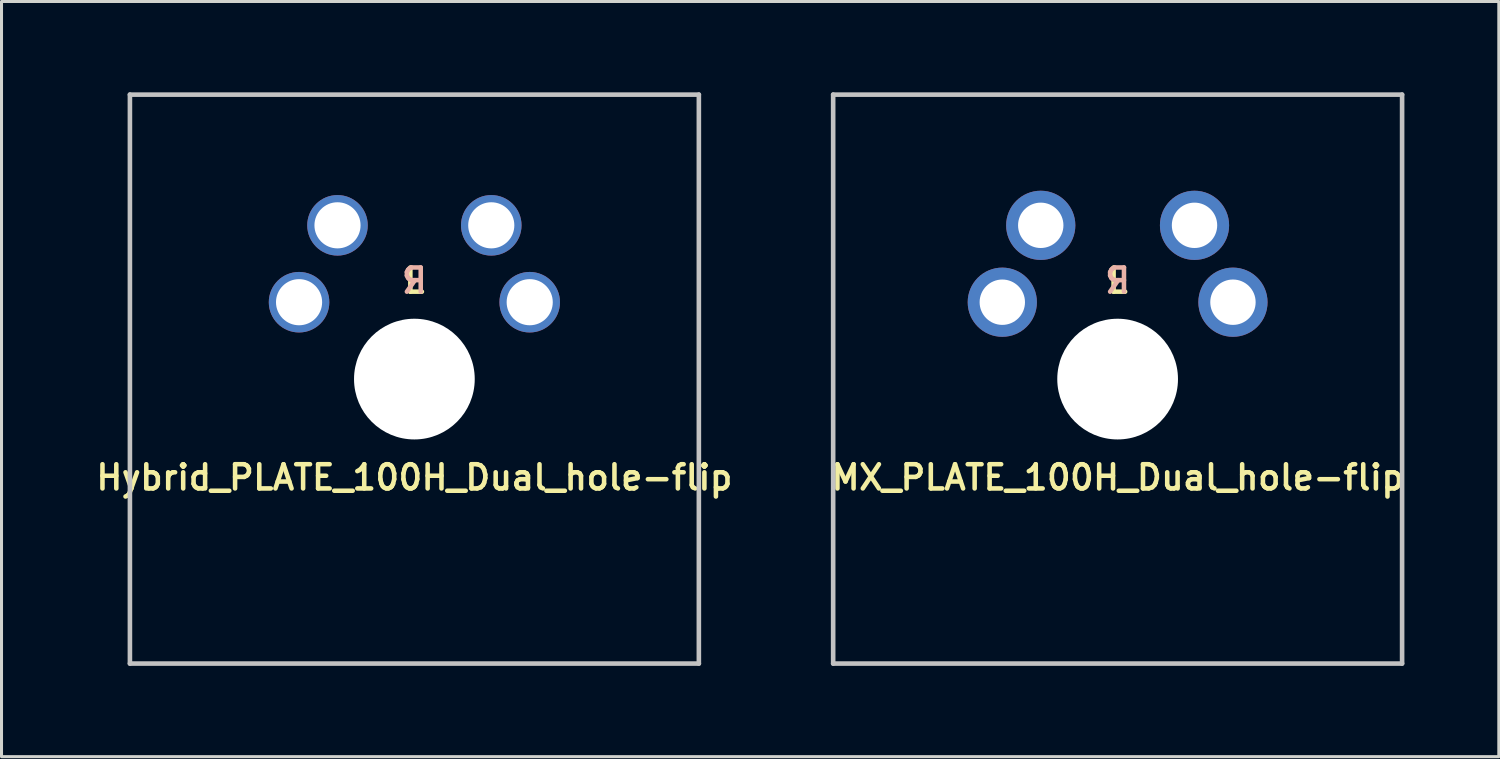
<source format=kicad_pcb>
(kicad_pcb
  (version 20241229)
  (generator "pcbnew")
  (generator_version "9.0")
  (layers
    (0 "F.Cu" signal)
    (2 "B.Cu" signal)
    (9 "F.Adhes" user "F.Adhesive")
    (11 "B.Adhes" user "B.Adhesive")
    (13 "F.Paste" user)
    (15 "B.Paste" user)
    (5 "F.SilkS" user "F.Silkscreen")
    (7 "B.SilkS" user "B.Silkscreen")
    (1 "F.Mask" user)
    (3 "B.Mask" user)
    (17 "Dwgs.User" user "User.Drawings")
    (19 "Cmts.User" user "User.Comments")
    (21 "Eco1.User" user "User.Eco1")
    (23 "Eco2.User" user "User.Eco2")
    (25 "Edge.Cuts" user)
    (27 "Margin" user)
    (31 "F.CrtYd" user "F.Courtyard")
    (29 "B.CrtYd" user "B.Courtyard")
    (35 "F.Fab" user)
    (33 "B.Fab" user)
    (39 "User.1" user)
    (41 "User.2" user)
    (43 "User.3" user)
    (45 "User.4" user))
  (footprint "MX_PLATE_100H_Dual_hole-flip"
    (layer "F.Cu")
    (at 33.873 9.474)
    (property "Reference" "MX_PLATE_100H_Dual_hole-flip" (at 0 3.25 0) (layer "F.SilkS") (effects (font (size 0.8 0.8) (thickness 0.15))))
    (attr through_hole)
    (fp_line (start -9.398 -9.398) (end 9.398 -9.398) (stroke (width 0.152) (type solid)) (layer "Dwgs.User"))
    (fp_line (start -9.398 9.398) (end -9.398 -9.398) (stroke (width 0.152) (type solid)) (layer "Dwgs.User"))
    (fp_line (start 9.398 -9.398) (end 9.398 9.398) (stroke (width 0.152) (type solid)) (layer "Dwgs.User"))
    (fp_line (start 9.398 9.398) (end -9.398 9.398) (stroke (width 0.152) (type solid)) (layer "Dwgs.User"))
    (fp_line (start -6.985 -6.985) (end 6.985 -6.985) (stroke (width 0.152) (type solid)) (layer "Eco2.User"))
    (fp_line (start -6.985 6.985) (end -6.985 -6.985) (stroke (width 0.152) (type solid)) (layer "Eco2.User"))
    (fp_line (start 6.985 -6.985) (end 6.985 6.985) (stroke (width 0.152) (type solid)) (layer "Eco2.User"))
    (fp_line (start 6.985 6.985) (end -6.985 6.985) (stroke (width 0.152) (type solid)) (layer "Eco2.User"))
    (fp_text user "L" (at 0 -3.25 0) (layer "F.SilkS") (effects (font (size 0.8 0.8) (thickness 0.15))))
    (fp_text user "R" (at 0 -3.25 0) (layer "B.SilkS") (effects (font (size 0.8 0.8) (thickness 0.15)) (justify mirror)))
    (pad "" np_thru_hole circle (at 0 0) (size 3.988 3.988) (drill 3.988) (layers "*.Cu" "*.Mask"))
    (pad "1" thru_hole circle (at 2.54 -5.08 331) (size 2.286 2.286) (drill 1.499) (layers "*.Cu" "*.Mask"))
    (pad "1" thru_hole circle (at 3.81 -2.54 331) (size 2.286 2.286) (drill 1.499) (layers "*.Cu" "*.Mask"))
    (pad "2" thru_hole circle (at -3.81 -2.54 331) (size 2.286 2.286) (drill 1.499) (layers "*.Cu" "*.Mask"))
    (pad "2" thru_hole circle (at -2.54 -5.08 331) (size 2.286 2.286) (drill 1.499) (layers "*.Cu" "*.Mask")))
  (footprint "Hybrid_PLATE_100H_Dual_hole-flip"
    (layer "F.Cu")
    (at 10.64 9.474)
    (property "Reference" "Hybrid_PLATE_100H_Dual_hole-flip" (at 0 3.25 0) (layer "F.SilkS") (effects (font (size 0.8 0.8) (thickness 0.15))))
    (attr through_hole)
    (fp_line (start -9.398 -9.398) (end 9.398 -9.398) (stroke (width 0.152) (type solid)) (layer "Dwgs.User"))
    (fp_line (start -9.398 9.398) (end -9.398 -9.398) (stroke (width 0.152) (type solid)) (layer "Dwgs.User"))
    (fp_line (start 9.398 -9.398) (end 9.398 9.398) (stroke (width 0.152) (type solid)) (layer "Dwgs.User"))
    (fp_line (start 9.398 9.398) (end -9.398 9.398) (stroke (width 0.152) (type solid)) (layer "Dwgs.User"))
    (fp_line (start -6.985 -6.985) (end 6.985 -6.985) (stroke (width 0.152) (type solid)) (layer "Eco2.User"))
    (fp_line (start -6.985 6.985) (end -6.985 -6.985) (stroke (width 0.152) (type solid)) (layer "Eco2.User"))
    (fp_line (start 6.985 -6.985) (end 6.985 6.985) (stroke (width 0.152) (type solid)) (layer "Eco2.User"))
    (fp_line (start 6.985 6.985) (end -6.985 6.985) (stroke (width 0.152) (type solid)) (layer "Eco2.User"))
    (fp_text user "L" (at 0 -3.25 0) (layer "F.SilkS") (effects (font (size 0.8 0.8) (thickness 0.15))))
    (fp_text user "R" (at 0 -3.25 0) (layer "B.SilkS") (effects (font (size 0.8 0.8) (thickness 0.15)) (justify mirror)))
    (pad "" np_thru_hole circle (at 0 0) (size 3.988 3.988) (drill 3.988) (layers "*.Cu" "*.Mask"))
    (pad "1" thru_hole circle (at 2.54 -5.08 330.95) (size 2 2) (drill 1.524) (layers "*.Cu" "*.Mask"))
    (pad "1" thru_hole circle (at 3.81 -2.54 330.95) (size 2 2) (drill 1.524) (layers "*.Cu" "*.Mask"))
    (pad "2" thru_hole circle (at -3.81 -2.54 330.95) (size 2 2) (drill 1.524) (layers "*.Cu" "*.Mask"))
    (pad "2" thru_hole circle (at -2.54 -5.08 330.95) (size 2 2) (drill 1.524) (layers "*.Cu" "*.Mask")))
  (gr_rect
    (start -3 -3)
    (end 46.466 21.948)
    (stroke (width 0.1) (type default))
    (fill no)
    (layer "Edge.Cuts")))
</source>
